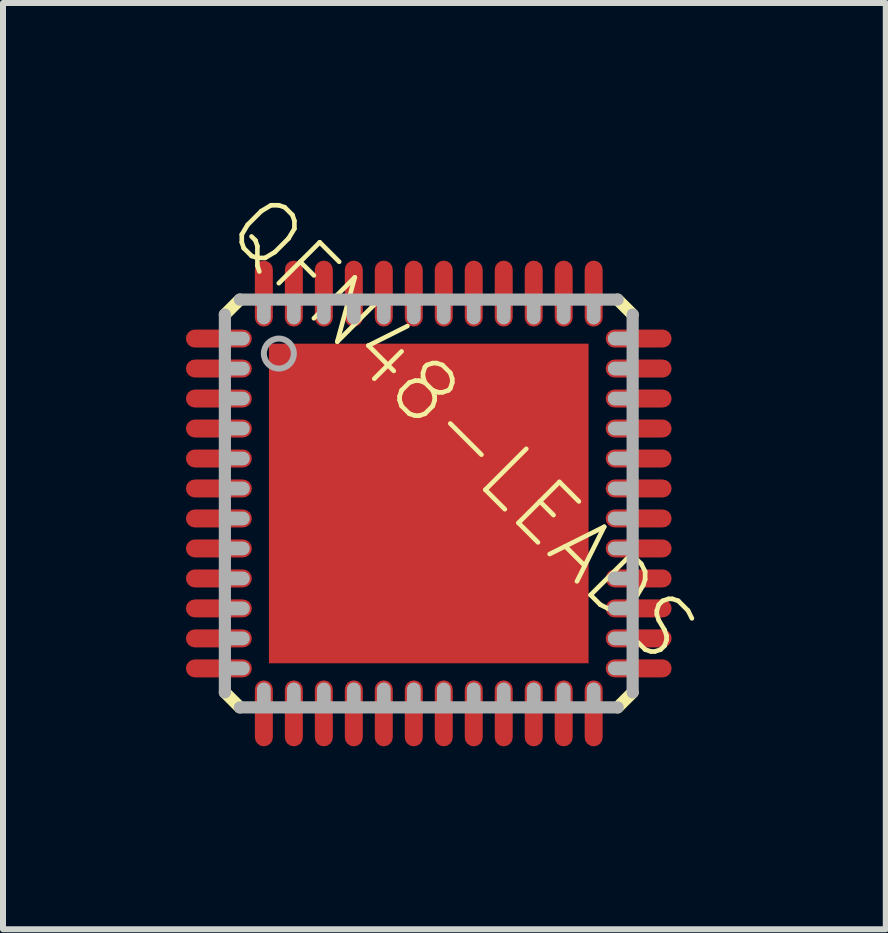
<source format=kicad_pcb>
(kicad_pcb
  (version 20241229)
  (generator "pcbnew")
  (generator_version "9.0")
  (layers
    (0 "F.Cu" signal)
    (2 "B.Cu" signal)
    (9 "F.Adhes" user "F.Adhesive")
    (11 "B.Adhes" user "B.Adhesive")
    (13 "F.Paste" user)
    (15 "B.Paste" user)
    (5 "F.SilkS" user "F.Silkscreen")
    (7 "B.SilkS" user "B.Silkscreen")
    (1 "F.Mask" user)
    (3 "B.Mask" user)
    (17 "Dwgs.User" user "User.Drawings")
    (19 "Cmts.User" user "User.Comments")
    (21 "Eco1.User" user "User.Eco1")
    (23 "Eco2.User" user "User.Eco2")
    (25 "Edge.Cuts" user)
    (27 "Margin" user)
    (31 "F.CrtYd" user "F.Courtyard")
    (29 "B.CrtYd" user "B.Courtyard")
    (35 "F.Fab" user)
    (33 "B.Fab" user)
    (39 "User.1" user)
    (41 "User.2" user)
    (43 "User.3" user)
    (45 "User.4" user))
  (footprint "QFN48-LEADS"
    (layer "F.Cu")
    (at 4.1 5.346)
    (property "Reference" "QFN48-LEADS" (at -3.5 -4.5 135) (layer "F.SilkS") (effects (font (size 0.965 0.965) (thickness 0.077)) (justify left bottom)))
    (attr through_hole)
    (fp_line (start -3.1 -2.75) (end -3.9 -2.75) (stroke (width 0.4) (type solid)) (layer "F.Mask"))
    (fp_line (start -3.1 -2.25) (end -3.9 -2.25) (stroke (width 0.4) (type solid)) (layer "F.Mask"))
    (fp_line (start -3.1 -1.75) (end -3.9 -1.75) (stroke (width 0.4) (type solid)) (layer "F.Mask"))
    (fp_line (start -3.1 -1.25) (end -3.9 -1.25) (stroke (width 0.4) (type solid)) (layer "F.Mask"))
    (fp_line (start -3.1 -0.75) (end -3.9 -0.75) (stroke (width 0.4) (type solid)) (layer "F.Mask"))
    (fp_line (start -3.1 -0.25) (end -3.9 -0.25) (stroke (width 0.4) (type solid)) (layer "F.Mask"))
    (fp_line (start -3.1 0.25) (end -3.9 0.25) (stroke (width 0.4) (type solid)) (layer "F.Mask"))
    (fp_line (start -3.1 0.75) (end -3.9 0.75) (stroke (width 0.4) (type solid)) (layer "F.Mask"))
    (fp_line (start -3.1 1.25) (end -3.9 1.25) (stroke (width 0.4) (type solid)) (layer "F.Mask"))
    (fp_line (start -3.1 1.75) (end -3.9 1.75) (stroke (width 0.4) (type solid)) (layer "F.Mask"))
    (fp_line (start -3.1 2.25) (end -3.9 2.25) (stroke (width 0.4) (type solid)) (layer "F.Mask"))
    (fp_line (start -3.1 2.75) (end -3.9 2.75) (stroke (width 0.4) (type solid)) (layer "F.Mask"))
    (fp_line (start -2.75 -3.1) (end -2.75 -3.9) (stroke (width 0.4) (type solid)) (layer "F.Mask"))
    (fp_line (start -2.75 3.1) (end -2.75 3.9) (stroke (width 0.4) (type solid)) (layer "F.Mask"))
    (fp_line (start -2.25 -3.1) (end -2.25 -3.9) (stroke (width 0.4) (type solid)) (layer "F.Mask"))
    (fp_line (start -2.25 3.1) (end -2.25 3.9) (stroke (width 0.4) (type solid)) (layer "F.Mask"))
    (fp_line (start -1.75 -3.1) (end -1.75 -3.9) (stroke (width 0.4) (type solid)) (layer "F.Mask"))
    (fp_line (start -1.75 3.1) (end -1.75 3.9) (stroke (width 0.4) (type solid)) (layer "F.Mask"))
    (fp_line (start -1.25 -3.1) (end -1.25 -3.9) (stroke (width 0.4) (type solid)) (layer "F.Mask"))
    (fp_line (start -1.25 3.1) (end -1.25 3.9) (stroke (width 0.4) (type solid)) (layer "F.Mask"))
    (fp_line (start -0.75 -3.1) (end -0.75 -3.9) (stroke (width 0.4) (type solid)) (layer "F.Mask"))
    (fp_line (start -0.75 3.1) (end -0.75 3.9) (stroke (width 0.4) (type solid)) (layer "F.Mask"))
    (fp_line (start -0.25 -3.1) (end -0.25 -3.9) (stroke (width 0.4) (type solid)) (layer "F.Mask"))
    (fp_line (start -0.25 3.1) (end -0.25 3.9) (stroke (width 0.4) (type solid)) (layer "F.Mask"))
    (fp_line (start 0.25 -3.1) (end 0.25 -3.9) (stroke (width 0.4) (type solid)) (layer "F.Mask"))
    (fp_line (start 0.25 3.1) (end 0.25 3.9) (stroke (width 0.4) (type solid)) (layer "F.Mask"))
    (fp_line (start 0.75 -3.1) (end 0.75 -3.9) (stroke (width 0.4) (type solid)) (layer "F.Mask"))
    (fp_line (start 0.75 3.1) (end 0.75 3.9) (stroke (width 0.4) (type solid)) (layer "F.Mask"))
    (fp_line (start 1.25 -3.1) (end 1.25 -3.9) (stroke (width 0.4) (type solid)) (layer "F.Mask"))
    (fp_line (start 1.25 3.1) (end 1.25 3.9) (stroke (width 0.4) (type solid)) (layer "F.Mask"))
    (fp_line (start 1.75 -3.1) (end 1.75 -3.9) (stroke (width 0.4) (type solid)) (layer "F.Mask"))
    (fp_line (start 1.75 3.1) (end 1.75 3.9) (stroke (width 0.4) (type solid)) (layer "F.Mask"))
    (fp_line (start 2.25 -3.1) (end 2.25 -3.9) (stroke (width 0.4) (type solid)) (layer "F.Mask"))
    (fp_line (start 2.25 3.1) (end 2.25 3.9) (stroke (width 0.4) (type solid)) (layer "F.Mask"))
    (fp_line (start 2.75 -3.1) (end 2.75 -3.9) (stroke (width 0.4) (type solid)) (layer "F.Mask"))
    (fp_line (start 2.75 3.1) (end 2.75 3.9) (stroke (width 0.4) (type solid)) (layer "F.Mask"))
    (fp_line (start 3.1 -2.75) (end 3.9 -2.75) (stroke (width 0.4) (type solid)) (layer "F.Mask"))
    (fp_line (start 3.1 -2.25) (end 3.9 -2.25) (stroke (width 0.4) (type solid)) (layer "F.Mask"))
    (fp_line (start 3.1 -1.75) (end 3.9 -1.75) (stroke (width 0.4) (type solid)) (layer "F.Mask"))
    (fp_line (start 3.1 -1.25) (end 3.9 -1.25) (stroke (width 0.4) (type solid)) (layer "F.Mask"))
    (fp_line (start 3.1 -0.75) (end 3.9 -0.75) (stroke (width 0.4) (type solid)) (layer "F.Mask"))
    (fp_line (start 3.1 -0.25) (end 3.9 -0.25) (stroke (width 0.4) (type solid)) (layer "F.Mask"))
    (fp_line (start 3.1 0.25) (end 3.9 0.25) (stroke (width 0.4) (type solid)) (layer "F.Mask"))
    (fp_line (start 3.1 0.75) (end 3.9 0.75) (stroke (width 0.4) (type solid)) (layer "F.Mask"))
    (fp_line (start 3.1 1.25) (end 3.9 1.25) (stroke (width 0.4) (type solid)) (layer "F.Mask"))
    (fp_line (start 3.1 1.75) (end 3.9 1.75) (stroke (width 0.4) (type solid)) (layer "F.Mask"))
    (fp_line (start 3.1 2.25) (end 3.9 2.25) (stroke (width 0.4) (type solid)) (layer "F.Mask"))
    (fp_line (start 3.1 2.75) (end 3.9 2.75) (stroke (width 0.4) (type solid)) (layer "F.Mask"))
    (fp_poly (pts (xy -2.7 2.7) (xy 2.7 2.7) (xy 2.7 -2.7) (xy -2.7 -2.7)) (stroke (width 0) (type solid)) (fill yes) (layer "F.Mask"))
    (fp_line (start -3.4 -3.15) (end -3.15 -3.4) (stroke (width 0.203) (type solid)) (layer "F.SilkS"))
    (fp_line (start -3.15 3.4) (end -3.4 3.15) (stroke (width 0.203) (type solid)) (layer "F.SilkS"))
    (fp_line (start 3.15 -3.4) (end 3.4 -3.15) (stroke (width 0.203) (type solid)) (layer "F.SilkS"))
    (fp_line (start 3.4 3.15) (end 3.15 3.4) (stroke (width 0.203) (type solid)) (layer "F.SilkS"))
    (fp_line (start -3.1 -2.75) (end -3.9 -2.75) (stroke (width 0.25) (type solid)) (layer "F.Paste"))
    (fp_line (start -3.1 -2.25) (end -3.9 -2.25) (stroke (width 0.25) (type solid)) (layer "F.Paste"))
    (fp_line (start -3.1 -1.75) (end -3.9 -1.75) (stroke (width 0.25) (type solid)) (layer "F.Paste"))
    (fp_line (start -3.1 -1.25) (end -3.9 -1.25) (stroke (width 0.25) (type solid)) (layer "F.Paste"))
    (fp_line (start -3.1 -0.75) (end -3.9 -0.75) (stroke (width 0.25) (type solid)) (layer "F.Paste"))
    (fp_line (start -3.1 -0.25) (end -3.9 -0.25) (stroke (width 0.25) (type solid)) (layer "F.Paste"))
    (fp_line (start -3.1 0.25) (end -3.9 0.25) (stroke (width 0.25) (type solid)) (layer "F.Paste"))
    (fp_line (start -3.1 0.75) (end -3.9 0.75) (stroke (width 0.25) (type solid)) (layer "F.Paste"))
    (fp_line (start -3.1 1.25) (end -3.9 1.25) (stroke (width 0.25) (type solid)) (layer "F.Paste"))
    (fp_line (start -3.1 1.75) (end -3.9 1.75) (stroke (width 0.25) (type solid)) (layer "F.Paste"))
    (fp_line (start -3.1 2.25) (end -3.9 2.25) (stroke (width 0.25) (type solid)) (layer "F.Paste"))
    (fp_line (start -3.1 2.75) (end -3.9 2.75) (stroke (width 0.25) (type solid)) (layer "F.Paste"))
    (fp_line (start -2.75 -3.1) (end -2.75 -3.9) (stroke (width 0.25) (type solid)) (layer "F.Paste"))
    (fp_line (start -2.75 3.1) (end -2.75 3.9) (stroke (width 0.25) (type solid)) (layer "F.Paste"))
    (fp_line (start -2.25 -3.1) (end -2.25 -3.9) (stroke (width 0.25) (type solid)) (layer "F.Paste"))
    (fp_line (start -2.25 3.1) (end -2.25 3.9) (stroke (width 0.25) (type solid)) (layer "F.Paste"))
    (fp_line (start -1.75 -3.1) (end -1.75 -3.9) (stroke (width 0.25) (type solid)) (layer "F.Paste"))
    (fp_line (start -1.75 3.1) (end -1.75 3.9) (stroke (width 0.25) (type solid)) (layer "F.Paste"))
    (fp_line (start -1.25 -3.1) (end -1.25 -3.9) (stroke (width 0.25) (type solid)) (layer "F.Paste"))
    (fp_line (start -1.25 3.1) (end -1.25 3.9) (stroke (width 0.25) (type solid)) (layer "F.Paste"))
    (fp_line (start -0.75 -3.1) (end -0.75 -3.9) (stroke (width 0.25) (type solid)) (layer "F.Paste"))
    (fp_line (start -0.75 3.1) (end -0.75 3.9) (stroke (width 0.25) (type solid)) (layer "F.Paste"))
    (fp_line (start -0.25 -3.1) (end -0.25 -3.9) (stroke (width 0.25) (type solid)) (layer "F.Paste"))
    (fp_line (start -0.25 3.1) (end -0.25 3.9) (stroke (width 0.25) (type solid)) (layer "F.Paste"))
    (fp_line (start 0.25 -3.1) (end 0.25 -3.9) (stroke (width 0.25) (type solid)) (layer "F.Paste"))
    (fp_line (start 0.25 3.1) (end 0.25 3.9) (stroke (width 0.25) (type solid)) (layer "F.Paste"))
    (fp_line (start 0.75 -3.1) (end 0.75 -3.9) (stroke (width 0.25) (type solid)) (layer "F.Paste"))
    (fp_line (start 0.75 3.1) (end 0.75 3.9) (stroke (width 0.25) (type solid)) (layer "F.Paste"))
    (fp_line (start 1.25 -3.1) (end 1.25 -3.9) (stroke (width 0.25) (type solid)) (layer "F.Paste"))
    (fp_line (start 1.25 3.1) (end 1.25 3.9) (stroke (width 0.25) (type solid)) (layer "F.Paste"))
    (fp_line (start 1.75 -3.1) (end 1.75 -3.9) (stroke (width 0.25) (type solid)) (layer "F.Paste"))
    (fp_line (start 1.75 3.1) (end 1.75 3.9) (stroke (width 0.25) (type solid)) (layer "F.Paste"))
    (fp_line (start 2.25 -3.1) (end 2.25 -3.9) (stroke (width 0.25) (type solid)) (layer "F.Paste"))
    (fp_line (start 2.25 3.1) (end 2.25 3.9) (stroke (width 0.25) (type solid)) (layer "F.Paste"))
    (fp_line (start 2.75 -3.1) (end 2.75 -3.9) (stroke (width 0.25) (type solid)) (layer "F.Paste"))
    (fp_line (start 2.75 3.1) (end 2.75 3.9) (stroke (width 0.25) (type solid)) (layer "F.Paste"))
    (fp_line (start 3.1 -2.75) (end 3.9 -2.75) (stroke (width 0.25) (type solid)) (layer "F.Paste"))
    (fp_line (start 3.1 -2.25) (end 3.9 -2.25) (stroke (width 0.25) (type solid)) (layer "F.Paste"))
    (fp_line (start 3.1 -1.75) (end 3.9 -1.75) (stroke (width 0.25) (type solid)) (layer "F.Paste"))
    (fp_line (start 3.1 -1.25) (end 3.9 -1.25) (stroke (width 0.25) (type solid)) (layer "F.Paste"))
    (fp_line (start 3.1 -0.75) (end 3.9 -0.75) (stroke (width 0.25) (type solid)) (layer "F.Paste"))
    (fp_line (start 3.1 -0.25) (end 3.9 -0.25) (stroke (width 0.25) (type solid)) (layer "F.Paste"))
    (fp_line (start 3.1 0.25) (end 3.9 0.25) (stroke (width 0.25) (type solid)) (layer "F.Paste"))
    (fp_line (start 3.1 0.75) (end 3.9 0.75) (stroke (width 0.25) (type solid)) (layer "F.Paste"))
    (fp_line (start 3.1 1.25) (end 3.9 1.25) (stroke (width 0.25) (type solid)) (layer "F.Paste"))
    (fp_line (start 3.1 1.75) (end 3.9 1.75) (stroke (width 0.25) (type solid)) (layer "F.Paste"))
    (fp_line (start 3.1 2.25) (end 3.9 2.25) (stroke (width 0.25) (type solid)) (layer "F.Paste"))
    (fp_line (start 3.1 2.75) (end 3.9 2.75) (stroke (width 0.25) (type solid)) (layer "F.Paste"))
    (fp_poly (pts (xy -2.55 2.55) (xy 2.55 2.55) (xy 2.55 -2.55) (xy -2.55 -2.55)) (stroke (width 0) (type solid)) (fill yes) (layer "F.Paste"))
    (fp_line (start -3.4 3.15) (end -3.4 -3.15) (stroke (width 0.203) (type solid)) (layer "F.Fab"))
    (fp_line (start -3.15 -3.4) (end 3.15 -3.4) (stroke (width 0.203) (type solid)) (layer "F.Fab"))
    (fp_line (start -3.1 -2.75) (end -3.325 -2.75) (stroke (width 0.23) (type solid)) (layer "F.Fab"))
    (fp_line (start -3.1 -2.25) (end -3.325 -2.25) (stroke (width 0.23) (type solid)) (layer "F.Fab"))
    (fp_line (start -3.1 -1.75) (end -3.325 -1.75) (stroke (width 0.23) (type solid)) (layer "F.Fab"))
    (fp_line (start -3.1 -1.25) (end -3.325 -1.25) (stroke (width 0.23) (type solid)) (layer "F.Fab"))
    (fp_line (start -3.1 -0.75) (end -3.325 -0.75) (stroke (width 0.23) (type solid)) (layer "F.Fab"))
    (fp_line (start -3.1 -0.25) (end -3.325 -0.25) (stroke (width 0.23) (type solid)) (layer "F.Fab"))
    (fp_line (start -3.1 0.25) (end -3.325 0.25) (stroke (width 0.23) (type solid)) (layer "F.Fab"))
    (fp_line (start -3.1 0.75) (end -3.325 0.75) (stroke (width 0.23) (type solid)) (layer "F.Fab"))
    (fp_line (start -3.1 1.25) (end -3.325 1.25) (stroke (width 0.23) (type solid)) (layer "F.Fab"))
    (fp_line (start -3.1 1.75) (end -3.325 1.75) (stroke (width 0.23) (type solid)) (layer "F.Fab"))
    (fp_line (start -3.1 2.25) (end -3.325 2.25) (stroke (width 0.23) (type solid)) (layer "F.Fab"))
    (fp_line (start -3.1 2.75) (end -3.325 2.75) (stroke (width 0.23) (type solid)) (layer "F.Fab"))
    (fp_line (start -2.75 -3.1) (end -2.75 -3.325) (stroke (width 0.23) (type solid)) (layer "F.Fab"))
    (fp_line (start -2.75 3.1) (end -2.75 3.325) (stroke (width 0.23) (type solid)) (layer "F.Fab"))
    (fp_line (start -2.25 -3.1) (end -2.25 -3.325) (stroke (width 0.23) (type solid)) (layer "F.Fab"))
    (fp_line (start -2.25 3.1) (end -2.25 3.325) (stroke (width 0.23) (type solid)) (layer "F.Fab"))
    (fp_line (start -1.75 -3.1) (end -1.75 -3.325) (stroke (width 0.23) (type solid)) (layer "F.Fab"))
    (fp_line (start -1.75 3.1) (end -1.75 3.325) (stroke (width 0.23) (type solid)) (layer "F.Fab"))
    (fp_line (start -1.25 -3.1) (end -1.25 -3.325) (stroke (width 0.23) (type solid)) (layer "F.Fab"))
    (fp_line (start -1.25 3.1) (end -1.25 3.325) (stroke (width 0.23) (type solid)) (layer "F.Fab"))
    (fp_line (start -0.75 -3.1) (end -0.75 -3.325) (stroke (width 0.23) (type solid)) (layer "F.Fab"))
    (fp_line (start -0.75 3.1) (end -0.75 3.325) (stroke (width 0.23) (type solid)) (layer "F.Fab"))
    (fp_line (start -0.25 -3.1) (end -0.25 -3.325) (stroke (width 0.23) (type solid)) (layer "F.Fab"))
    (fp_line (start -0.25 3.1) (end -0.25 3.325) (stroke (width 0.23) (type solid)) (layer "F.Fab"))
    (fp_line (start 0.25 -3.1) (end 0.25 -3.325) (stroke (width 0.23) (type solid)) (layer "F.Fab"))
    (fp_line (start 0.25 3.1) (end 0.25 3.325) (stroke (width 0.23) (type solid)) (layer "F.Fab"))
    (fp_line (start 0.75 -3.1) (end 0.75 -3.325) (stroke (width 0.23) (type solid)) (layer "F.Fab"))
    (fp_line (start 0.75 3.1) (end 0.75 3.325) (stroke (width 0.23) (type solid)) (layer "F.Fab"))
    (fp_line (start 1.25 -3.1) (end 1.25 -3.325) (stroke (width 0.23) (type solid)) (layer "F.Fab"))
    (fp_line (start 1.25 3.1) (end 1.25 3.325) (stroke (width 0.23) (type solid)) (layer "F.Fab"))
    (fp_line (start 1.75 -3.1) (end 1.75 -3.325) (stroke (width 0.23) (type solid)) (layer "F.Fab"))
    (fp_line (start 1.75 3.1) (end 1.75 3.325) (stroke (width 0.23) (type solid)) (layer "F.Fab"))
    (fp_line (start 2.25 -3.1) (end 2.25 -3.325) (stroke (width 0.23) (type solid)) (layer "F.Fab"))
    (fp_line (start 2.25 3.1) (end 2.25 3.325) (stroke (width 0.23) (type solid)) (layer "F.Fab"))
    (fp_line (start 2.75 -3.1) (end 2.75 -3.325) (stroke (width 0.23) (type solid)) (layer "F.Fab"))
    (fp_line (start 2.75 3.1) (end 2.75 3.325) (stroke (width 0.23) (type solid)) (layer "F.Fab"))
    (fp_line (start 3.1 -2.75) (end 3.325 -2.75) (stroke (width 0.23) (type solid)) (layer "F.Fab"))
    (fp_line (start 3.1 -2.25) (end 3.325 -2.25) (stroke (width 0.23) (type solid)) (layer "F.Fab"))
    (fp_line (start 3.1 -1.75) (end 3.325 -1.75) (stroke (width 0.23) (type solid)) (layer "F.Fab"))
    (fp_line (start 3.1 -1.25) (end 3.325 -1.25) (stroke (width 0.23) (type solid)) (layer "F.Fab"))
    (fp_line (start 3.1 -0.75) (end 3.325 -0.75) (stroke (width 0.23) (type solid)) (layer "F.Fab"))
    (fp_line (start 3.1 -0.25) (end 3.325 -0.25) (stroke (width 0.23) (type solid)) (layer "F.Fab"))
    (fp_line (start 3.1 0.25) (end 3.325 0.25) (stroke (width 0.23) (type solid)) (layer "F.Fab"))
    (fp_line (start 3.1 0.75) (end 3.325 0.75) (stroke (width 0.23) (type solid)) (layer "F.Fab"))
    (fp_line (start 3.1 1.25) (end 3.325 1.25) (stroke (width 0.23) (type solid)) (layer "F.Fab"))
    (fp_line (start 3.1 1.75) (end 3.325 1.75) (stroke (width 0.23) (type solid)) (layer "F.Fab"))
    (fp_line (start 3.1 2.25) (end 3.325 2.25) (stroke (width 0.23) (type solid)) (layer "F.Fab"))
    (fp_line (start 3.1 2.75) (end 3.325 2.75) (stroke (width 0.23) (type solid)) (layer "F.Fab"))
    (fp_line (start 3.15 3.4) (end -3.15 3.4) (stroke (width 0.203) (type solid)) (layer "F.Fab"))
    (fp_line (start 3.4 -3.15) (end 3.4 3.15) (stroke (width 0.203) (type solid)) (layer "F.Fab"))
    (fp_circle (center -2.5 -2.5) (end -2.25 -2.5) (stroke (width 0.1) (type solid)) (fill no) (layer "F.Fab"))
    (pad "1" smd roundrect (at -3.5 -2.75) (size 1.1 0.3) (layers "F.Cu" "F.Mask") (roundrect_rratio 0.5))
    (pad "2" smd roundrect (at -3.5 -2.25) (size 1.1 0.3) (layers "F.Cu" "F.Mask") (roundrect_rratio 0.5))
    (pad "3" smd roundrect (at -3.5 -1.75) (size 1.1 0.3) (layers "F.Cu" "F.Mask") (roundrect_rratio 0.5))
    (pad "4" smd roundrect (at -3.5 -1.25) (size 1.1 0.3) (layers "F.Cu" "F.Mask") (roundrect_rratio 0.5))
    (pad "5" smd roundrect (at -3.5 -0.75) (size 1.1 0.3) (layers "F.Cu" "F.Mask") (roundrect_rratio 0.5))
    (pad "6" smd roundrect (at -3.5 -0.25) (size 1.1 0.3) (layers "F.Cu" "F.Mask") (roundrect_rratio 0.5))
    (pad "7" smd roundrect (at -3.5 0.25) (size 1.1 0.3) (layers "F.Cu" "F.Mask") (roundrect_rratio 0.5))
    (pad "8" smd roundrect (at -3.5 0.75) (size 1.1 0.3) (layers "F.Cu" "F.Mask") (roundrect_rratio 0.5))
    (pad "9" smd roundrect (at -3.5 1.25) (size 1.1 0.3) (layers "F.Cu" "F.Mask") (roundrect_rratio 0.5))
    (pad "10" smd roundrect (at -3.5 1.75) (size 1.1 0.3) (layers "F.Cu" "F.Mask") (roundrect_rratio 0.5))
    (pad "11" smd roundrect (at -3.5 2.25) (size 1.1 0.3) (layers "F.Cu" "F.Mask") (roundrect_rratio 0.5))
    (pad "12" smd roundrect (at -3.5 2.75) (size 1.1 0.3) (layers "F.Cu" "F.Mask") (roundrect_rratio 0.5))
    (pad "13" smd roundrect (at -2.75 3.5 90) (size 1.1 0.3) (layers "F.Cu" "F.Mask") (roundrect_rratio 0.5))
    (pad "14" smd roundrect (at -2.25 3.5 90) (size 1.1 0.3) (layers "F.Cu" "F.Mask") (roundrect_rratio 0.5))
    (pad "15" smd roundrect (at -1.75 3.5 90) (size 1.1 0.3) (layers "F.Cu" "F.Mask") (roundrect_rratio 0.5))
    (pad "16" smd roundrect (at -1.25 3.5 90) (size 1.1 0.3) (layers "F.Cu" "F.Mask") (roundrect_rratio 0.5))
    (pad "17" smd roundrect (at -0.75 3.5 90) (size 1.1 0.3) (layers "F.Cu" "F.Mask") (roundrect_rratio 0.5))
    (pad "18" smd roundrect (at -0.25 3.5 90) (size 1.1 0.3) (layers "F.Cu" "F.Mask") (roundrect_rratio 0.5))
    (pad "19" smd roundrect (at 0.25 3.5 90) (size 1.1 0.3) (layers "F.Cu" "F.Mask") (roundrect_rratio 0.5))
    (pad "20" smd roundrect (at 0.75 3.5 90) (size 1.1 0.3) (layers "F.Cu" "F.Mask") (roundrect_rratio 0.5))
    (pad "21" smd roundrect (at 1.25 3.5 90) (size 1.1 0.3) (layers "F.Cu" "F.Mask") (roundrect_rratio 0.5))
    (pad "22" smd roundrect (at 1.75 3.5 90) (size 1.1 0.3) (layers "F.Cu" "F.Mask") (roundrect_rratio 0.5))
    (pad "23" smd roundrect (at 2.25 3.5 90) (size 1.1 0.3) (layers "F.Cu" "F.Mask") (roundrect_rratio 0.5))
    (pad "24" smd roundrect (at 2.75 3.5 90) (size 1.1 0.3) (layers "F.Cu" "F.Mask") (roundrect_rratio 0.5))
    (pad "25" smd roundrect (at 3.5 2.75 180) (size 1.1 0.3) (layers "F.Cu" "F.Mask") (roundrect_rratio 0.5))
    (pad "26" smd roundrect (at 3.5 2.25 180) (size 1.1 0.3) (layers "F.Cu" "F.Mask") (roundrect_rratio 0.5))
    (pad "27" smd roundrect (at 3.5 1.75 180) (size 1.1 0.3) (layers "F.Cu" "F.Mask") (roundrect_rratio 0.5))
    (pad "28" smd roundrect (at 3.5 1.25 180) (size 1.1 0.3) (layers "F.Cu" "F.Mask") (roundrect_rratio 0.5))
    (pad "29" smd roundrect (at 3.5 0.75 180) (size 1.1 0.3) (layers "F.Cu" "F.Mask") (roundrect_rratio 0.5))
    (pad "30" smd roundrect (at 3.5 0.25 180) (size 1.1 0.3) (layers "F.Cu" "F.Mask") (roundrect_rratio 0.5))
    (pad "31" smd roundrect (at 3.5 -0.25 180) (size 1.1 0.3) (layers "F.Cu" "F.Mask") (roundrect_rratio 0.5))
    (pad "32" smd roundrect (at 3.5 -0.75 180) (size 1.1 0.3) (layers "F.Cu" "F.Mask") (roundrect_rratio 0.5))
    (pad "33" smd roundrect (at 3.5 -1.25 180) (size 1.1 0.3) (layers "F.Cu" "F.Mask") (roundrect_rratio 0.5))
    (pad "34" smd roundrect (at 3.5 -1.75 180) (size 1.1 0.3) (layers "F.Cu" "F.Mask") (roundrect_rratio 0.5))
    (pad "35" smd roundrect (at 3.5 -2.25 180) (size 1.1 0.3) (layers "F.Cu" "F.Mask") (roundrect_rratio 0.5))
    (pad "36" smd roundrect (at 3.5 -2.75 180) (size 1.1 0.3) (layers "F.Cu" "F.Mask") (roundrect_rratio 0.5))
    (pad "37" smd roundrect (at 2.75 -3.5 270) (size 1.1 0.3) (layers "F.Cu" "F.Mask") (roundrect_rratio 0.5))
    (pad "38" smd roundrect (at 2.25 -3.5 270) (size 1.1 0.3) (layers "F.Cu" "F.Mask") (roundrect_rratio 0.5))
    (pad "39" smd roundrect (at 1.75 -3.5 270) (size 1.1 0.3) (layers "F.Cu" "F.Mask") (roundrect_rratio 0.5))
    (pad "40" smd roundrect (at 1.25 -3.5 270) (size 1.1 0.3) (layers "F.Cu" "F.Mask") (roundrect_rratio 0.5))
    (pad "41" smd roundrect (at 0.75 -3.5 270) (size 1.1 0.3) (layers "F.Cu" "F.Mask") (roundrect_rratio 0.5))
    (pad "42" smd roundrect (at 0.25 -3.5 270) (size 1.1 0.3) (layers "F.Cu" "F.Mask") (roundrect_rratio 0.5))
    (pad "43" smd roundrect (at -0.25 -3.5 270) (size 1.1 0.3) (layers "F.Cu" "F.Mask") (roundrect_rratio 0.5))
    (pad "44" smd roundrect (at -0.75 -3.5 270) (size 1.1 0.3) (layers "F.Cu" "F.Mask") (roundrect_rratio 0.5))
    (pad "45" smd roundrect (at -1.25 -3.5 270) (size 1.1 0.3) (layers "F.Cu" "F.Mask") (roundrect_rratio 0.5))
    (pad "46" smd roundrect (at -1.75 -3.5 270) (size 1.1 0.3) (layers "F.Cu" "F.Mask") (roundrect_rratio 0.5))
    (pad "47" smd roundrect (at -2.25 -3.5 270) (size 1.1 0.3) (layers "F.Cu" "F.Mask") (roundrect_rratio 0.5))
    (pad "48" smd roundrect (at -2.75 -3.5 270) (size 1.1 0.3) (layers "F.Cu" "F.Mask") (roundrect_rratio 0.5))
    (pad "EXP" smd rect (at 0 0) (size 5.33 5.33) (layers "F.Cu" "F.Mask")))
  (gr_rect
    (start -3 -3)
    (end 11.721 12.446)
    (stroke (width 0.1) (type default))
    (fill no)
    (layer "Edge.Cuts")))
</source>
